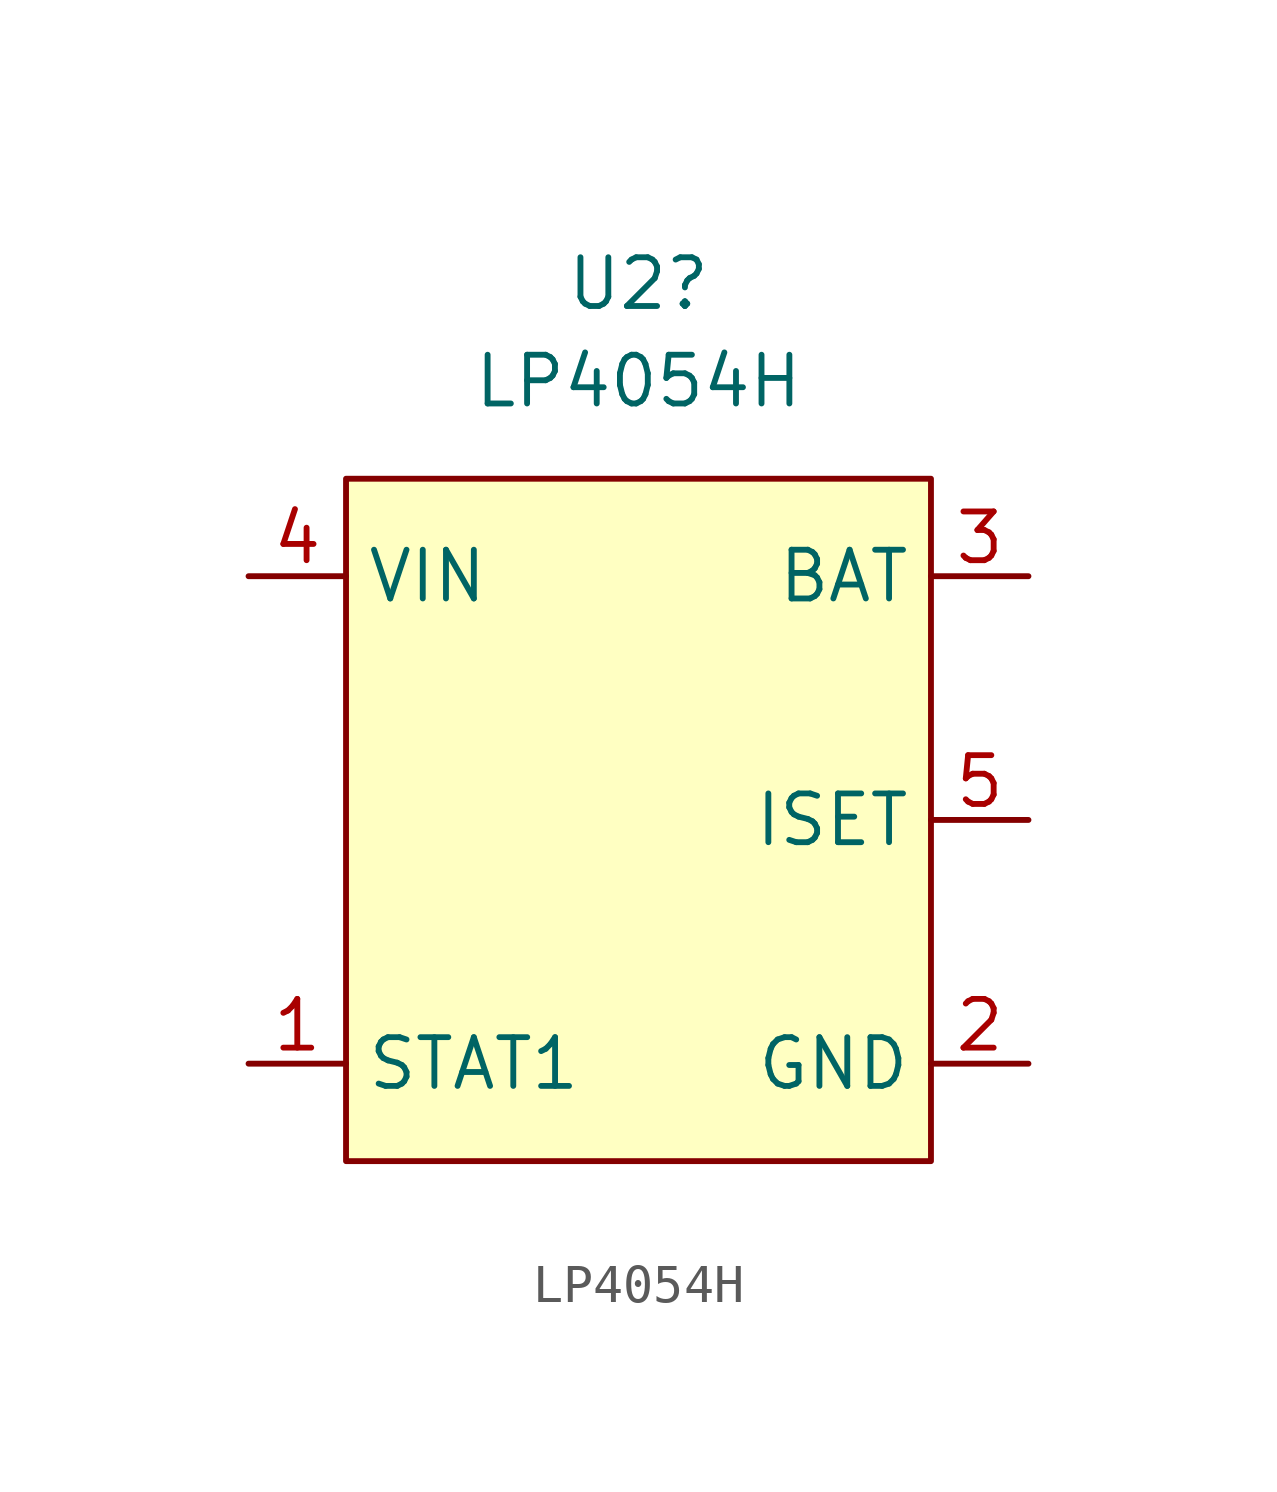
<source format=kicad_sym>
(kicad_symbol_lib
  (version 20220914)
  (generator kicad_symbol_editor)
  (symbol "LP4054H"
    (property "Reference" "U2"
      (at 0 13.97 0)
      (effects (font (size 1.27 1.27))))
    (property "Value" "LP4054H"
      (at 0 11.43 0)
      (effects (font (size 1.27 1.27))))
    (symbol "LP4054H_0_0"
      (pin output line (at -10.16 -6.35 0) (length 2.54) (name "STAT1" (effects (font (size 1.27 1.27)))) (number "1" (effects (font (size 1.27 1.27)))))
      (pin power_in line (at 10.16 -6.35 180) (length 2.54) (name "GND" (effects (font (size 1.27 1.27)))) (number "2" (effects (font (size 1.27 1.27)))))
      (pin power_out line (at 10.16 6.35 180) (length 2.54) (name "BAT" (effects (font (size 1.27 1.27)))) (number "3" (effects (font (size 1.27 1.27)))))
      (pin power_in line (at -10.16 6.35 0) (length 2.54) (name "VIN" (effects (font (size 1.27 1.27)))) (number "4" (effects (font (size 1.27 1.27)))))
      (pin bidirectional line (at 10.16 0 180) (length 2.54) (name "ISET" (effects (font (size 1.27 1.27)))) (number "5" (effects (font (size 1.27 1.27))))))
    (symbol "LP4054H_1_1"
      (rectangle (start -7.62 8.89) (end 7.62 -8.89) (stroke (width 0) (type default)) (fill (type background))))))
</source>
